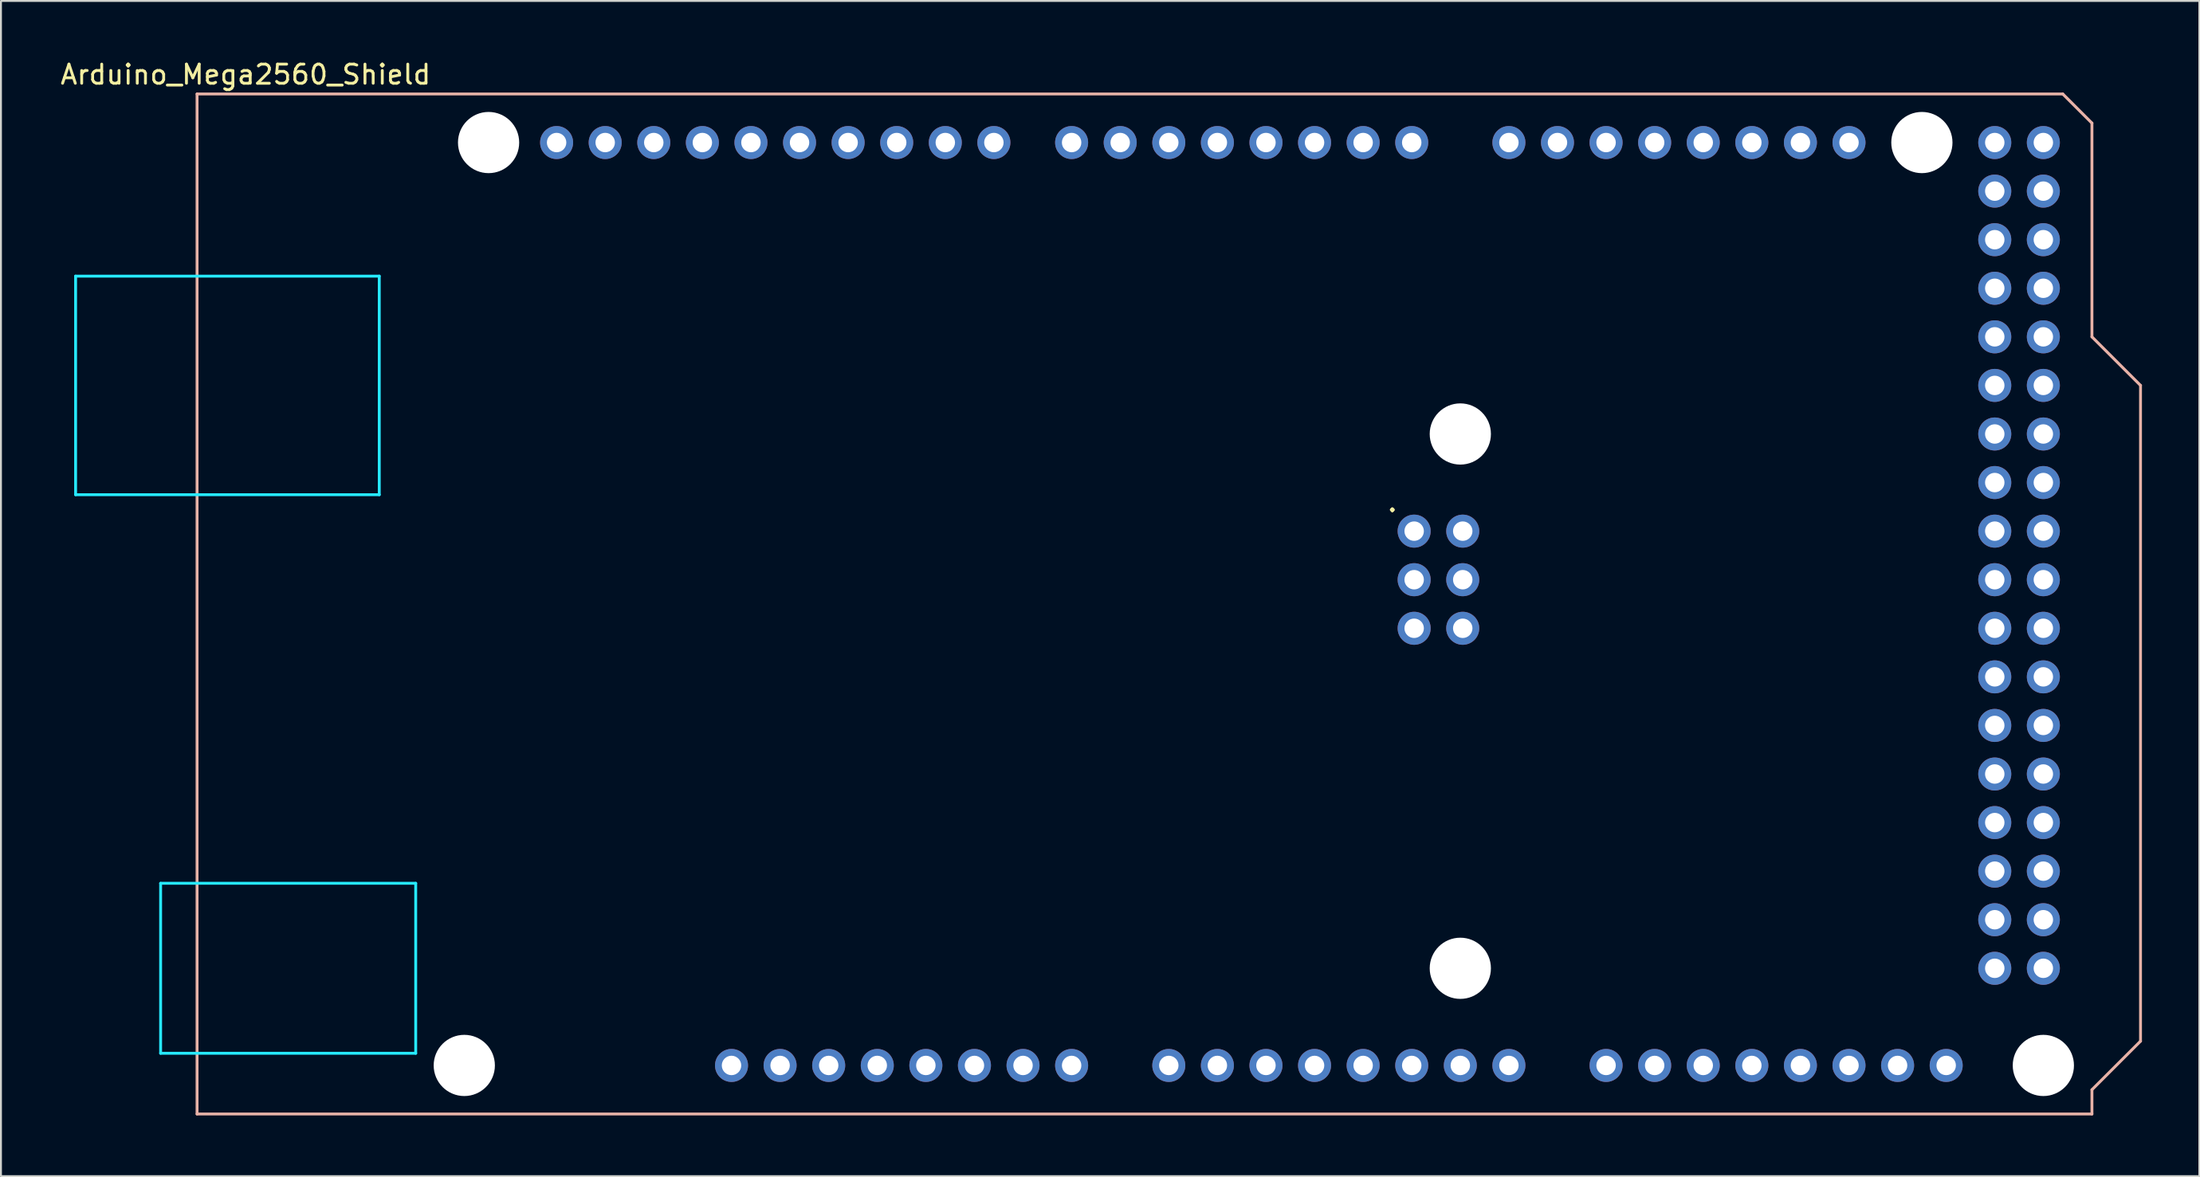
<source format=kicad_pcb>
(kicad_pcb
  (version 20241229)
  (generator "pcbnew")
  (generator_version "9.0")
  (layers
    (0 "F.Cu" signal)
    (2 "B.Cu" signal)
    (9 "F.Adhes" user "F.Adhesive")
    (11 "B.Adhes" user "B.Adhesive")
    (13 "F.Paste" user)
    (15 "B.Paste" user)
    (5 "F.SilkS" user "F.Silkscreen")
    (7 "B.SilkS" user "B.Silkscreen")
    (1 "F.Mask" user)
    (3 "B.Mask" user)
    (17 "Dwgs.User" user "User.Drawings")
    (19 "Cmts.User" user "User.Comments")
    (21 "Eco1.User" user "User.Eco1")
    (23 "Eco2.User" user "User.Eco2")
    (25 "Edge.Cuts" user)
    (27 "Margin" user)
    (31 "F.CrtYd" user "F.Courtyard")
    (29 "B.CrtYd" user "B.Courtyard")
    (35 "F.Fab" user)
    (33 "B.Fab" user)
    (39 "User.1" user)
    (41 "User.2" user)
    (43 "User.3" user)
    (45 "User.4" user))
  (footprint "Arduino_Mega2560_Shield"
    (layer "F.Cu")
    (at 7.252 55.204)
    (property "Reference" "Arduino_Mega2560_Shield" (at 2.54 -54.356 0) (layer "F.SilkS") (effects (font (size 1 1) (thickness 0.15))))
    (attr through_hole)
    (fp_line (start 0 -53.34) (end 0 0) (stroke (width 0.15) (type solid)) (layer "B.SilkS"))
    (fp_line (start 0 -53.34) (end 97.536 -53.34) (stroke (width 0.15) (type solid)) (layer "B.SilkS"))
    (fp_line (start 0 0) (end 99.06 0) (stroke (width 0.15) (type solid)) (layer "B.SilkS"))
    (fp_line (start 97.536 -53.34) (end 99.06 -51.816) (stroke (width 0.15) (type solid)) (layer "B.SilkS"))
    (fp_line (start 99.06 -40.64) (end 99.06 -51.816) (stroke (width 0.15) (type solid)) (layer "B.SilkS"))
    (fp_line (start 99.06 -1.27) (end 101.6 -3.81) (stroke (width 0.15) (type solid)) (layer "B.SilkS"))
    (fp_line (start 99.06 0) (end 99.06 -1.27) (stroke (width 0.15) (type solid)) (layer "B.SilkS"))
    (fp_line (start 101.6 -38.1) (end 99.06 -40.64) (stroke (width 0.15) (type solid)) (layer "B.SilkS"))
    (fp_line (start 101.6 -3.81) (end 101.6 -38.1) (stroke (width 0.15) (type solid)) (layer "B.SilkS"))
    (fp_line (start -6.35 -43.815) (end -6.35 -32.385) (stroke (width 0.15) (type solid)) (layer "B.CrtYd"))
    (fp_line (start -1.905 -12.065) (end -1.905 -3.175) (stroke (width 0.15) (type solid)) (layer "B.CrtYd"))
    (fp_line (start -1.905 -12.065) (end 11.43 -12.065) (stroke (width 0.15) (type solid)) (layer "B.CrtYd"))
    (fp_line (start -1.905 -3.175) (end 11.43 -3.175) (stroke (width 0.15) (type solid)) (layer "B.CrtYd"))
    (fp_line (start 9.525 -43.815) (end -6.35 -43.815) (stroke (width 0.15) (type solid)) (layer "B.CrtYd"))
    (fp_line (start 9.525 -43.815) (end 9.525 -32.385) (stroke (width 0.15) (type solid)) (layer "B.CrtYd"))
    (fp_line (start 9.525 -32.385) (end -6.35 -32.385) (stroke (width 0.15) (type solid)) (layer "B.CrtYd"))
    (fp_line (start 11.43 -12.065) (end 11.43 -3.175) (stroke (width 0.15) (type solid)) (layer "B.CrtYd"))
    (fp_text user "." (at 62.484 -32.004 0) (layer "F.SilkS") (effects (font (size 1 1) (thickness 0.15))))
    (pad "" np_thru_hole circle (at 13.97 -2.54) (size 3.2 3.2) (drill 3.2) (layers "*.Cu" "*.Mask"))
    (pad "" np_thru_hole circle (at 15.24 -50.8) (size 3.2 3.2) (drill 3.2) (layers "*.Cu" "*.Mask"))
    (pad "" thru_hole oval (at 27.94 -2.54) (size 1.727 1.727) (drill 1.016) (layers "*.Cu" "*.Mask"))
    (pad "" np_thru_hole circle (at 66.04 -35.56) (size 3.2 3.2) (drill 3.2) (layers "*.Cu" "*.Mask"))
    (pad "" np_thru_hole circle (at 66.04 -7.62) (size 3.2 3.2) (drill 3.2) (layers "*.Cu" "*.Mask"))
    (pad "" np_thru_hole circle (at 90.17 -50.8) (size 3.2 3.2) (drill 3.2) (layers "*.Cu" "*.Mask"))
    (pad "" np_thru_hole circle (at 96.52 -2.54) (size 3.2 3.2) (drill 3.2) (layers "*.Cu" "*.Mask"))
    (pad "3V3" thru_hole oval (at 35.56 -2.54) (size 1.727 1.727) (drill 1.016) (layers "*.Cu" "*.Mask"))
    (pad "5V1" thru_hole oval (at 38.1 -2.54) (size 1.727 1.727) (drill 1.016) (layers "*.Cu" "*.Mask"))
    (pad "5V2" thru_hole oval (at 66.167 -30.48) (size 1.727 1.727) (drill 1.016) (layers "*.Cu" "*.Mask"))
    (pad "5V3" thru_hole oval (at 93.98 -50.8) (size 1.727 1.727) (drill 1.016) (layers "*.Cu" "*.Mask"))
    (pad "5V4" thru_hole oval (at 96.52 -50.8) (size 1.727 1.727) (drill 1.016) (layers "*.Cu" "*.Mask"))
    (pad "A0" thru_hole oval (at 50.8 -2.54) (size 1.727 1.727) (drill 1.016) (layers "*.Cu" "*.Mask"))
    (pad "A1" thru_hole oval (at 53.34 -2.54) (size 1.727 1.727) (drill 1.016) (layers "*.Cu" "*.Mask"))
    (pad "A2" thru_hole oval (at 55.88 -2.54) (size 1.727 1.727) (drill 1.016) (layers "*.Cu" "*.Mask"))
    (pad "A3" thru_hole oval (at 58.42 -2.54) (size 1.727 1.727) (drill 1.016) (layers "*.Cu" "*.Mask"))
    (pad "A4" thru_hole oval (at 60.96 -2.54) (size 1.727 1.727) (drill 1.016) (layers "*.Cu" "*.Mask"))
    (pad "A5" thru_hole oval (at 63.5 -2.54) (size 1.727 1.727) (drill 1.016) (layers "*.Cu" "*.Mask"))
    (pad "A6" thru_hole oval (at 66.04 -2.54) (size 1.727 1.727) (drill 1.016) (layers "*.Cu" "*.Mask"))
    (pad "A7" thru_hole oval (at 68.58 -2.54) (size 1.727 1.727) (drill 1.016) (layers "*.Cu" "*.Mask"))
    (pad "A8" thru_hole oval (at 73.66 -2.54) (size 1.727 1.727) (drill 1.016) (layers "*.Cu" "*.Mask"))
    (pad "A9" thru_hole oval (at 76.2 -2.54) (size 1.727 1.727) (drill 1.016) (layers "*.Cu" "*.Mask"))
    (pad "A10" thru_hole oval (at 78.74 -2.54) (size 1.727 1.727) (drill 1.016) (layers "*.Cu" "*.Mask"))
    (pad "A11" thru_hole oval (at 81.28 -2.54) (size 1.727 1.727) (drill 1.016) (layers "*.Cu" "*.Mask"))
    (pad "A12" thru_hole oval (at 83.82 -2.54) (size 1.727 1.727) (drill 1.016) (layers "*.Cu" "*.Mask"))
    (pad "A13" thru_hole oval (at 86.36 -2.54) (size 1.727 1.727) (drill 1.016) (layers "*.Cu" "*.Mask"))
    (pad "A14" thru_hole oval (at 88.9 -2.54) (size 1.727 1.727) (drill 1.016) (layers "*.Cu" "*.Mask"))
    (pad "A15" thru_hole oval (at 91.44 -2.54) (size 1.727 1.727) (drill 1.016) (layers "*.Cu" "*.Mask"))
    (pad "AREF" thru_hole oval (at 23.876 -50.8) (size 1.727 1.727) (drill 1.016) (layers "*.Cu" "*.Mask"))
    (pad "D0" thru_hole oval (at 63.5 -50.8) (size 1.727 1.727) (drill 1.016) (layers "*.Cu" "*.Mask"))
    (pad "D1" thru_hole oval (at 60.96 -50.8) (size 1.727 1.727) (drill 1.016) (layers "*.Cu" "*.Mask"))
    (pad "D2" thru_hole oval (at 58.42 -50.8) (size 1.727 1.727) (drill 1.016) (layers "*.Cu" "*.Mask"))
    (pad "D3" thru_hole oval (at 55.88 -50.8) (size 1.727 1.727) (drill 1.016) (layers "*.Cu" "*.Mask"))
    (pad "D4" thru_hole oval (at 53.34 -50.8) (size 1.727 1.727) (drill 1.016) (layers "*.Cu" "*.Mask"))
    (pad "D5" thru_hole oval (at 50.8 -50.8) (size 1.727 1.727) (drill 1.016) (layers "*.Cu" "*.Mask"))
    (pad "D6" thru_hole oval (at 48.26 -50.8) (size 1.727 1.727) (drill 1.016) (layers "*.Cu" "*.Mask"))
    (pad "D7" thru_hole oval (at 45.72 -50.8) (size 1.727 1.727) (drill 1.016) (layers "*.Cu" "*.Mask"))
    (pad "D8" thru_hole oval (at 41.656 -50.8) (size 1.727 1.727) (drill 1.016) (layers "*.Cu" "*.Mask"))
    (pad "D9" thru_hole oval (at 39.116 -50.8) (size 1.727 1.727) (drill 1.016) (layers "*.Cu" "*.Mask"))
    (pad "D10" thru_hole oval (at 36.576 -50.8) (size 1.727 1.727) (drill 1.016) (layers "*.Cu" "*.Mask"))
    (pad "D11" thru_hole oval (at 34.036 -50.8) (size 1.727 1.727) (drill 1.016) (layers "*.Cu" "*.Mask"))
    (pad "D12" thru_hole oval (at 31.496 -50.8) (size 1.727 1.727) (drill 1.016) (layers "*.Cu" "*.Mask"))
    (pad "D13" thru_hole oval (at 28.956 -50.8) (size 1.727 1.727) (drill 1.016) (layers "*.Cu" "*.Mask"))
    (pad "D14" thru_hole oval (at 68.58 -50.8) (size 1.727 1.727) (drill 1.016) (layers "*.Cu" "*.Mask"))
    (pad "D15" thru_hole oval (at 71.12 -50.8) (size 1.727 1.727) (drill 1.016) (layers "*.Cu" "*.Mask"))
    (pad "D16" thru_hole oval (at 73.66 -50.8) (size 1.727 1.727) (drill 1.016) (layers "*.Cu" "*.Mask"))
    (pad "D17" thru_hole oval (at 76.2 -50.8) (size 1.727 1.727) (drill 1.016) (layers "*.Cu" "*.Mask"))
    (pad "D18" thru_hole oval (at 78.74 -50.8) (size 1.727 1.727) (drill 1.016) (layers "*.Cu" "*.Mask"))
    (pad "D19" thru_hole oval (at 81.28 -50.8) (size 1.727 1.727) (drill 1.016) (layers "*.Cu" "*.Mask"))
    (pad "D20" thru_hole oval (at 83.82 -50.8) (size 1.727 1.727) (drill 1.016) (layers "*.Cu" "*.Mask"))
    (pad "D21" thru_hole oval (at 86.36 -50.8) (size 1.727 1.727) (drill 1.016) (layers "*.Cu" "*.Mask"))
    (pad "D22" thru_hole oval (at 93.98 -48.26) (size 1.727 1.727) (drill 1.016) (layers "*.Cu" "*.Mask"))
    (pad "D23" thru_hole oval (at 96.52 -48.26) (size 1.727 1.727) (drill 1.016) (layers "*.Cu" "*.Mask"))
    (pad "D24" thru_hole oval (at 93.98 -45.72) (size 1.727 1.727) (drill 1.016) (layers "*.Cu" "*.Mask"))
    (pad "D25" thru_hole oval (at 96.52 -45.72) (size 1.727 1.727) (drill 1.016) (layers "*.Cu" "*.Mask"))
    (pad "D26" thru_hole oval (at 93.98 -43.18) (size 1.727 1.727) (drill 1.016) (layers "*.Cu" "*.Mask"))
    (pad "D27" thru_hole oval (at 96.52 -43.18) (size 1.727 1.727) (drill 1.016) (layers "*.Cu" "*.Mask"))
    (pad "D28" thru_hole oval (at 93.98 -40.64) (size 1.727 1.727) (drill 1.016) (layers "*.Cu" "*.Mask"))
    (pad "D29" thru_hole oval (at 96.52 -40.64) (size 1.727 1.727) (drill 1.016) (layers "*.Cu" "*.Mask"))
    (pad "D30" thru_hole oval (at 93.98 -38.1) (size 1.727 1.727) (drill 1.016) (layers "*.Cu" "*.Mask"))
    (pad "D31" thru_hole oval (at 96.52 -38.1) (size 1.727 1.727) (drill 1.016) (layers "*.Cu" "*.Mask"))
    (pad "D32" thru_hole oval (at 93.98 -35.56) (size 1.727 1.727) (drill 1.016) (layers "*.Cu" "*.Mask"))
    (pad "D33" thru_hole oval (at 96.52 -35.56) (size 1.727 1.727) (drill 1.016) (layers "*.Cu" "*.Mask"))
    (pad "D34" thru_hole oval (at 93.98 -33.02) (size 1.727 1.727) (drill 1.016) (layers "*.Cu" "*.Mask"))
    (pad "D35" thru_hole oval (at 96.52 -33.02) (size 1.727 1.727) (drill 1.016) (layers "*.Cu" "*.Mask"))
    (pad "D36" thru_hole oval (at 93.98 -30.48) (size 1.727 1.727) (drill 1.016) (layers "*.Cu" "*.Mask"))
    (pad "D37" thru_hole oval (at 96.52 -30.48) (size 1.727 1.727) (drill 1.016) (layers "*.Cu" "*.Mask"))
    (pad "D38" thru_hole oval (at 93.98 -27.94) (size 1.727 1.727) (drill 1.016) (layers "*.Cu" "*.Mask"))
    (pad "D39" thru_hole oval (at 96.52 -27.94) (size 1.727 1.727) (drill 1.016) (layers "*.Cu" "*.Mask"))
    (pad "D40" thru_hole oval (at 93.98 -25.4) (size 1.727 1.727) (drill 1.016) (layers "*.Cu" "*.Mask"))
    (pad "D41" thru_hole oval (at 96.52 -25.4) (size 1.727 1.727) (drill 1.016) (layers "*.Cu" "*.Mask"))
    (pad "D42" thru_hole oval (at 93.98 -22.86) (size 1.727 1.727) (drill 1.016) (layers "*.Cu" "*.Mask"))
    (pad "D43" thru_hole oval (at 96.52 -22.86) (size 1.727 1.727) (drill 1.016) (layers "*.Cu" "*.Mask"))
    (pad "D44" thru_hole oval (at 93.98 -20.32) (size 1.727 1.727) (drill 1.016) (layers "*.Cu" "*.Mask"))
    (pad "D45" thru_hole oval (at 96.52 -20.32) (size 1.727 1.727) (drill 1.016) (layers "*.Cu" "*.Mask"))
    (pad "D46" thru_hole oval (at 93.98 -17.78) (size 1.727 1.727) (drill 1.016) (layers "*.Cu" "*.Mask"))
    (pad "D47" thru_hole oval (at 96.52 -17.78) (size 1.727 1.727) (drill 1.016) (layers "*.Cu" "*.Mask"))
    (pad "D48" thru_hole oval (at 93.98 -15.24) (size 1.727 1.727) (drill 1.016) (layers "*.Cu" "*.Mask"))
    (pad "D49" thru_hole oval (at 96.52 -15.24) (size 1.727 1.727) (drill 1.016) (layers "*.Cu" "*.Mask"))
    (pad "D50" thru_hole oval (at 93.98 -12.7) (size 1.727 1.727) (drill 1.016) (layers "*.Cu" "*.Mask"))
    (pad "D51" thru_hole oval (at 96.52 -12.7) (size 1.727 1.727) (drill 1.016) (layers "*.Cu" "*.Mask"))
    (pad "D52" thru_hole oval (at 93.98 -10.16) (size 1.727 1.727) (drill 1.016) (layers "*.Cu" "*.Mask"))
    (pad "D53" thru_hole oval (at 96.52 -10.16) (size 1.727 1.727) (drill 1.016) (layers "*.Cu" "*.Mask"))
    (pad "GND1" thru_hole oval (at 26.416 -50.8) (size 1.727 1.727) (drill 1.016) (layers "*.Cu" "*.Mask"))
    (pad "GND2" thru_hole oval (at 40.64 -2.54) (size 1.727 1.727) (drill 1.016) (layers "*.Cu" "*.Mask"))
    (pad "GND3" thru_hole oval (at 43.18 -2.54) (size 1.727 1.727) (drill 1.016) (layers "*.Cu" "*.Mask"))
    (pad "GND4" thru_hole oval (at 66.167 -25.4) (size 1.727 1.727) (drill 1.016) (layers "*.Cu" "*.Mask"))
    (pad "GND5" thru_hole oval (at 93.98 -7.62) (size 1.727 1.727) (drill 1.016) (layers "*.Cu" "*.Mask"))
    (pad "GND6" thru_hole oval (at 96.52 -7.62) (size 1.727 1.727) (drill 1.016) (layers "*.Cu" "*.Mask"))
    (pad "IORF" thru_hole oval (at 30.48 -2.54) (size 1.727 1.727) (drill 1.016) (layers "*.Cu" "*.Mask"))
    (pad "MISO" thru_hole oval (at 63.627 -30.48) (size 1.727 1.727) (drill 1.016) (layers "*.Cu" "*.Mask"))
    (pad "MOSI" thru_hole oval (at 66.167 -27.94) (size 1.727 1.727) (drill 1.016) (layers "*.Cu" "*.Mask"))
    (pad "RST1" thru_hole oval (at 33.02 -2.54) (size 1.727 1.727) (drill 1.016) (layers "*.Cu" "*.Mask"))
    (pad "RST2" thru_hole oval (at 63.627 -25.4) (size 1.727 1.727) (drill 1.016) (layers "*.Cu" "*.Mask"))
    (pad "SCK" thru_hole oval (at 63.627 -27.94) (size 1.727 1.727) (drill 1.016) (layers "*.Cu" "*.Mask"))
    (pad "SCL" thru_hole oval (at 18.796 -50.8) (size 1.727 1.727) (drill 1.016) (layers "*.Cu" "*.Mask"))
    (pad "SDA" thru_hole oval (at 21.336 -50.8) (size 1.727 1.727) (drill 1.016) (layers "*.Cu" "*.Mask"))
    (pad "VIN" thru_hole oval (at 45.72 -2.54) (size 1.727 1.727) (drill 1.016) (layers "*.Cu" "*.Mask")))
  (gr_rect
    (start -3 -3)
    (end 111.927 58.454)
    (stroke (width 0.1) (type default))
    (fill no)
    (layer "Edge.Cuts")))
</source>
